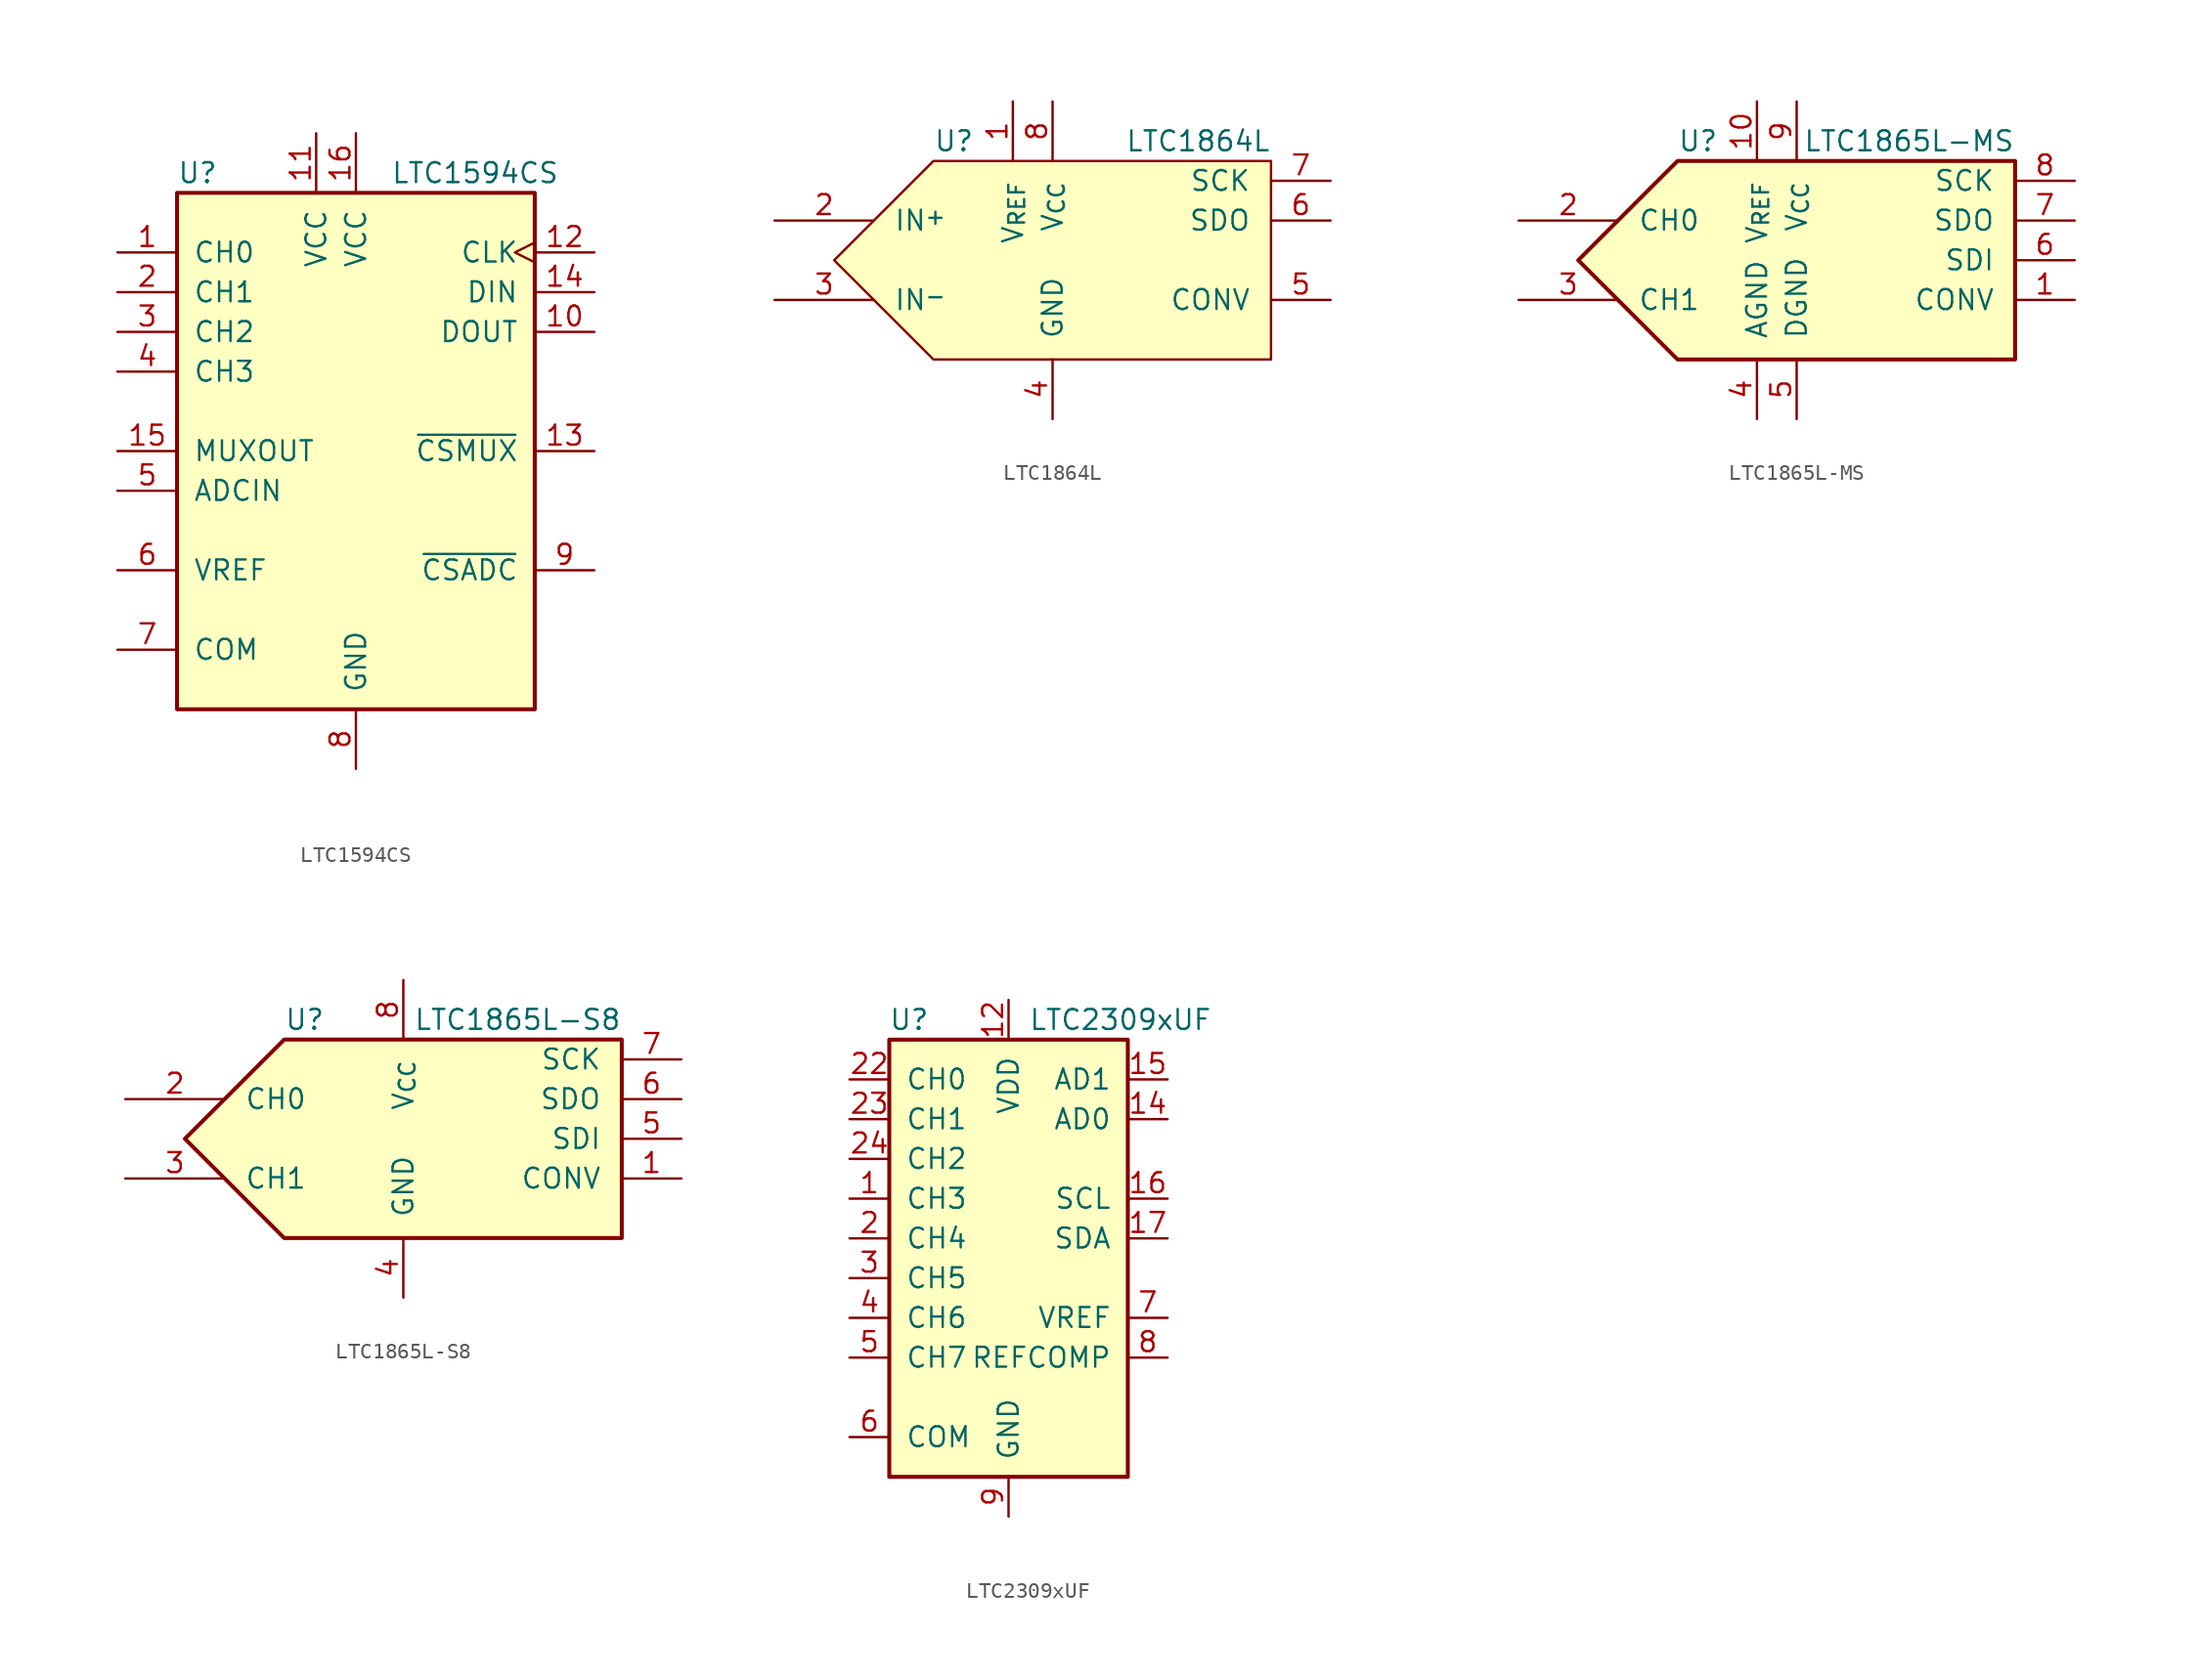
<source format=kicad_sym>
(kicad_symbol_lib
  (version 20241209)
  (generator "kicad_symbol_editor")
  (generator_version "9.0")
  (symbol "LTC1594CS"
    (pin_names
      (offset 1.016))
    (property "Reference" "U"
      (at -11.43 17.78 0)
      (effects (font (size 1.27 1.27)) (justify left)))
    (property "Value" "LTC1594CS"
      (at 7.62 17.78 0)
      (effects (font (size 1.27 1.27))))
    (symbol "LTC1594CS_0_1"
      (rectangle (start -11.43 16.51) (end 11.43 -16.51) (stroke (width 0.254) (type default)) (fill (type background))))
    (symbol "LTC1594CS_1_1"
      (pin input line (at -15.24 12.7 0) (length 3.81) (name "CH0" (effects (font (size 1.27 1.27)))) (number "1" (effects (font (size 1.27 1.27)))))
      (pin input line (at -15.24 10.16 0) (length 3.81) (name "CH1" (effects (font (size 1.27 1.27)))) (number "2" (effects (font (size 1.27 1.27)))))
      (pin input line (at -15.24 7.62 0) (length 3.81) (name "CH2" (effects (font (size 1.27 1.27)))) (number "3" (effects (font (size 1.27 1.27)))))
      (pin input line (at -15.24 5.08 0) (length 3.81) (name "CH3" (effects (font (size 1.27 1.27)))) (number "4" (effects (font (size 1.27 1.27)))))
      (pin output line (at -15.24 0 0) (length 3.81) (name "MUXOUT" (effects (font (size 1.27 1.27)))) (number "15" (effects (font (size 1.27 1.27)))))
      (pin input line (at -15.24 -2.54 0) (length 3.81) (name "ADCIN" (effects (font (size 1.27 1.27)))) (number "5" (effects (font (size 1.27 1.27)))))
      (pin input line (at -15.24 -7.62 0) (length 3.81) (name "VREF" (effects (font (size 1.27 1.27)))) (number "6" (effects (font (size 1.27 1.27)))))
      (pin input line (at -15.24 -12.7 0) (length 3.81) (name "COM" (effects (font (size 1.27 1.27)))) (number "7" (effects (font (size 1.27 1.27)))))
      (pin power_in line (at -2.54 20.32 270) (length 3.81) (name "VCC" (effects (font (size 1.27 1.27)))) (number "11" (effects (font (size 1.27 1.27)))))
      (pin power_in line (at 0 20.32 270) (length 3.81) (name "VCC" (effects (font (size 1.27 1.27)))) (number "16" (effects (font (size 1.27 1.27)))))
      (pin power_in line (at 0 -20.32 90) (length 3.81) (name "GND" (effects (font (size 1.27 1.27)))) (number "8" (effects (font (size 1.27 1.27)))))
      (pin input clock (at 15.24 12.7 180) (length 3.81) (name "CLK" (effects (font (size 1.27 1.27)))) (number "12" (effects (font (size 1.27 1.27)))))
      (pin input line (at 15.24 10.16 180) (length 3.81) (name "DIN" (effects (font (size 1.27 1.27)))) (number "14" (effects (font (size 1.27 1.27)))))
      (pin output line (at 15.24 7.62 180) (length 3.81) (name "DOUT" (effects (font (size 1.27 1.27)))) (number "10" (effects (font (size 1.27 1.27)))))
      (pin input line (at 15.24 0 180) (length 3.81) (name "~{CSMUX}" (effects (font (size 1.27 1.27)))) (number "13" (effects (font (size 1.27 1.27)))))
      (pin input line (at 15.24 -7.62 180) (length 3.81) (name "~{CSADC}" (effects (font (size 1.27 1.27)))) (number "9" (effects (font (size 1.27 1.27)))))))
  (symbol "LTC1864L"
    (pin_names
      (offset 1.27))
    (property "Reference" "U"
      (at -10.16 7.62 0)
      (effects (font (size 1.27 1.27)) (justify left)))
    (property "Value" "LTC1864L"
      (at 11.43 7.62 0)
      (effects (font (size 1.27 1.27)) (justify right)))
    (symbol "LTC1864L_0_1"
      (polyline (pts (xy 11.43 6.35) (xy -10.16 6.35) (xy -16.51 0) (xy -10.16 -6.35) (xy 11.43 -6.35) (xy 11.43 6.35)) (stroke (width 0) (type default)) (fill (type background))))
    (symbol "LTC1864L_1_1"
      (pin input line (at -20.32 2.54 0) (length 6.35) (name "IN^{+}" (effects (font (size 1.27 1.27)))) (number "2" (effects (font (size 1.27 1.27)))))
      (pin input line (at -20.32 -2.54 0) (length 6.35) (name "IN^{-}" (effects (font (size 1.27 1.27)))) (number "3" (effects (font (size 1.27 1.27)))))
      (pin input line (at -5.08 10.16 270) (length 3.81) (name "V_{REF}" (effects (font (size 1.27 1.27)))) (number "1" (effects (font (size 1.27 1.27)))))
      (pin power_in line (at -2.54 10.16 270) (length 3.81) (name "V_{CC}" (effects (font (size 1.27 1.27)))) (number "8" (effects (font (size 1.27 1.27)))))
      (pin power_in line (at -2.54 -10.16 90) (length 3.81) (name "GND" (effects (font (size 1.27 1.27)))) (number "4" (effects (font (size 1.27 1.27)))))
      (pin input line (at 15.24 5.08 180) (length 3.81) (name "SCK" (effects (font (size 1.27 1.27)))) (number "7" (effects (font (size 1.27 1.27)))))
      (pin output line (at 15.24 2.54 180) (length 3.81) (name "SDO" (effects (font (size 1.27 1.27)))) (number "6" (effects (font (size 1.27 1.27)))))
      (pin input line (at 15.24 -2.54 180) (length 3.81) (name "CONV" (effects (font (size 1.27 1.27)))) (number "5" (effects (font (size 1.27 1.27)))))))
  (symbol "LTC1865L-MS"
    (pin_names
      (offset 1.27))
    (property "Reference" "U"
      (at -10.16 7.62 0)
      (effects (font (size 1.27 1.27)) (justify left)))
    (property "Value" "LTC1865L-MS"
      (at 11.43 7.62 0)
      (effects (font (size 1.27 1.27)) (justify right)))
    (symbol "LTC1865L-MS_0_1"
      (polyline (pts (xy 11.43 6.35) (xy -10.16 6.35) (xy -16.51 0) (xy -10.16 -6.35) (xy 11.43 -6.35) (xy 11.43 6.35)) (stroke (width 0.254) (type default)) (fill (type background))))
    (symbol "LTC1865L-MS_1_1"
      (pin input line (at -20.32 2.54 0) (length 6.35) (name "CH0" (effects (font (size 1.27 1.27)))) (number "2" (effects (font (size 1.27 1.27)))))
      (pin input line (at -20.32 -2.54 0) (length 6.35) (name "CH1" (effects (font (size 1.27 1.27)))) (number "3" (effects (font (size 1.27 1.27)))))
      (pin input line (at -5.08 10.16 270) (length 3.81) (name "V_{REF}" (effects (font (size 1.27 1.27)))) (number "10" (effects (font (size 1.27 1.27)))))
      (pin power_in line (at -5.08 -10.16 90) (length 3.81) (name "AGND" (effects (font (size 1.27 1.27)))) (number "4" (effects (font (size 1.27 1.27)))))
      (pin power_in line (at -2.54 10.16 270) (length 3.81) (name "V_{CC}" (effects (font (size 1.27 1.27)))) (number "9" (effects (font (size 1.27 1.27)))))
      (pin power_in line (at -2.54 -10.16 90) (length 3.81) (name "DGND" (effects (font (size 1.27 1.27)))) (number "5" (effects (font (size 1.27 1.27)))))
      (pin input line (at 15.24 5.08 180) (length 3.81) (name "SCK" (effects (font (size 1.27 1.27)))) (number "8" (effects (font (size 1.27 1.27)))))
      (pin output line (at 15.24 2.54 180) (length 3.81) (name "SDO" (effects (font (size 1.27 1.27)))) (number "7" (effects (font (size 1.27 1.27)))))
      (pin input line (at 15.24 0 180) (length 3.81) (name "SDI" (effects (font (size 1.27 1.27)))) (number "6" (effects (font (size 1.27 1.27)))))
      (pin input line (at 15.24 -2.54 180) (length 3.81) (name "CONV" (effects (font (size 1.27 1.27)))) (number "1" (effects (font (size 1.27 1.27)))))))
  (symbol "LTC1865L-S8"
    (pin_names
      (offset 1.27))
    (property "Reference" "U"
      (at -10.16 7.62 0)
      (effects (font (size 1.27 1.27)) (justify left)))
    (property "Value" "LTC1865L-S8"
      (at 11.43 7.62 0)
      (effects (font (size 1.27 1.27)) (justify right)))
    (symbol "LTC1865L-S8_0_1"
      (polyline (pts (xy 11.43 6.35) (xy -10.16 6.35) (xy -16.51 0) (xy -10.16 -6.35) (xy 11.43 -6.35) (xy 11.43 6.35)) (stroke (width 0.254) (type default)) (fill (type background))))
    (symbol "LTC1865L-S8_1_1"
      (pin input line (at -20.32 2.54 0) (length 6.35) (name "CH0" (effects (font (size 1.27 1.27)))) (number "2" (effects (font (size 1.27 1.27)))))
      (pin input line (at -20.32 -2.54 0) (length 6.35) (name "CH1" (effects (font (size 1.27 1.27)))) (number "3" (effects (font (size 1.27 1.27)))))
      (pin power_in line (at -2.54 10.16 270) (length 3.81) (name "V_{CC}" (effects (font (size 1.27 1.27)))) (number "8" (effects (font (size 1.27 1.27)))))
      (pin power_in line (at -2.54 -10.16 90) (length 3.81) (name "GND" (effects (font (size 1.27 1.27)))) (number "4" (effects (font (size 1.27 1.27)))))
      (pin input line (at 15.24 5.08 180) (length 3.81) (name "SCK" (effects (font (size 1.27 1.27)))) (number "7" (effects (font (size 1.27 1.27)))))
      (pin output line (at 15.24 2.54 180) (length 3.81) (name "SDO" (effects (font (size 1.27 1.27)))) (number "6" (effects (font (size 1.27 1.27)))))
      (pin input line (at 15.24 0 180) (length 3.81) (name "SDI" (effects (font (size 1.27 1.27)))) (number "5" (effects (font (size 1.27 1.27)))))
      (pin input line (at 15.24 -2.54 180) (length 3.81) (name "CONV" (effects (font (size 1.27 1.27)))) (number "1" (effects (font (size 1.27 1.27)))))))
  (symbol "LTC2309xUF"
    (pin_names
      (offset 1.016))
    (property "Reference" "U"
      (at -6.35 13.97 0)
      (effects (font (size 1.27 1.27))))
    (property "Value" "LTC2309xUF"
      (at 1.27 13.97 0)
      (effects (font (size 1.27 1.27)) (justify left)))
    (symbol "LTC2309xUF_0_1"
      (rectangle (start -7.62 12.7) (end 7.62 -15.24) (stroke (width 0.254) (type default)) (fill (type background)))
      (pin input line (at -10.16 -2.54 0) (length 2.54) (name "CH5" (effects (font (size 1.27 1.27)))) (number "3" (effects (font (size 1.27 1.27))))))
    (symbol "LTC2309xUF_1_1"
      (pin input line (at -10.16 10.16 0) (length 2.54) (name "CH0" (effects (font (size 1.27 1.27)))) (number "22" (effects (font (size 1.27 1.27)))))
      (pin input line (at -10.16 7.62 0) (length 2.54) (name "CH1" (effects (font (size 1.27 1.27)))) (number "23" (effects (font (size 1.27 1.27)))))
      (pin input line (at -10.16 5.08 0) (length 2.54) (name "CH2" (effects (font (size 1.27 1.27)))) (number "24" (effects (font (size 1.27 1.27)))))
      (pin input line (at -10.16 2.54 0) (length 2.54) (name "CH3" (effects (font (size 1.27 1.27)))) (number "1" (effects (font (size 1.27 1.27)))))
      (pin input line (at -10.16 0 0) (length 2.54) (name "CH4" (effects (font (size 1.27 1.27)))) (number "2" (effects (font (size 1.27 1.27)))))
      (pin input line (at -10.16 -5.08 0) (length 2.54) (name "CH6" (effects (font (size 1.27 1.27)))) (number "4" (effects (font (size 1.27 1.27)))))
      (pin input line (at -10.16 -7.62 0) (length 2.54) (name "CH7" (effects (font (size 1.27 1.27)))) (number "5" (effects (font (size 1.27 1.27)))))
      (pin input line (at -10.16 -12.7 0) (length 2.54) (name "COM" (effects (font (size 1.27 1.27)))) (number "6" (effects (font (size 1.27 1.27)))))
      (pin power_in line (at 0 15.24 270) (length 2.54) (name "VDD" (effects (font (size 1.27 1.27)))) (number "12" (effects (font (size 1.27 1.27)))))
      (pin passive line (at 0 15.24 270) (length 2.54) (hide yes) (name "VDD" (effects (font (size 1.27 1.27)))) (number "13" (effects (font (size 1.27 1.27)))))
      (pin passive line (at 0 15.24 270) (length 2.54) (hide yes) (name "VDD" (effects (font (size 1.27 1.27)))) (number "21" (effects (font (size 1.27 1.27)))))
      (pin passive line (at 0 -17.78 90) (length 2.54) (hide yes) (name "GND" (effects (font (size 1.27 1.27)))) (number "10" (effects (font (size 1.27 1.27)))))
      (pin passive line (at 0 -17.78 90) (length 2.54) (hide yes) (name "GND" (effects (font (size 1.27 1.27)))) (number "11" (effects (font (size 1.27 1.27)))))
      (pin passive line (at 0 -17.78 90) (length 2.54) (hide yes) (name "GND" (effects (font (size 1.27 1.27)))) (number "18" (effects (font (size 1.27 1.27)))))
      (pin passive line (at 0 -17.78 90) (length 2.54) (hide yes) (name "GND" (effects (font (size 1.27 1.27)))) (number "19" (effects (font (size 1.27 1.27)))))
      (pin passive line (at 0 -17.78 90) (length 2.54) (hide yes) (name "GND" (effects (font (size 1.27 1.27)))) (number "20" (effects (font (size 1.27 1.27)))))
      (pin passive line (at 0 -17.78 90) (length 2.54) (hide yes) (name "GND" (effects (font (size 1.27 1.27)))) (number "25" (effects (font (size 1.27 1.27)))))
      (pin power_in line (at 0 -17.78 90) (length 2.54) (name "GND" (effects (font (size 1.27 1.27)))) (number "9" (effects (font (size 1.27 1.27)))))
      (pin input line (at 10.16 10.16 180) (length 2.54) (name "AD1" (effects (font (size 1.27 1.27)))) (number "15" (effects (font (size 1.27 1.27)))))
      (pin input line (at 10.16 7.62 180) (length 2.54) (name "AD0" (effects (font (size 1.27 1.27)))) (number "14" (effects (font (size 1.27 1.27)))))
      (pin input line (at 10.16 2.54 180) (length 2.54) (name "SCL" (effects (font (size 1.27 1.27)))) (number "16" (effects (font (size 1.27 1.27)))))
      (pin bidirectional line (at 10.16 0 180) (length 2.54) (name "SDA" (effects (font (size 1.27 1.27)))) (number "17" (effects (font (size 1.27 1.27)))))
      (pin input line (at 10.16 -5.08 180) (length 2.54) (name "VREF" (effects (font (size 1.27 1.27)))) (number "7" (effects (font (size 1.27 1.27)))))
      (pin input line (at 10.16 -7.62 180) (length 2.54) (name "REFCOMP" (effects (font (size 1.27 1.27)))) (number "8" (effects (font (size 1.27 1.27))))))))
</source>
